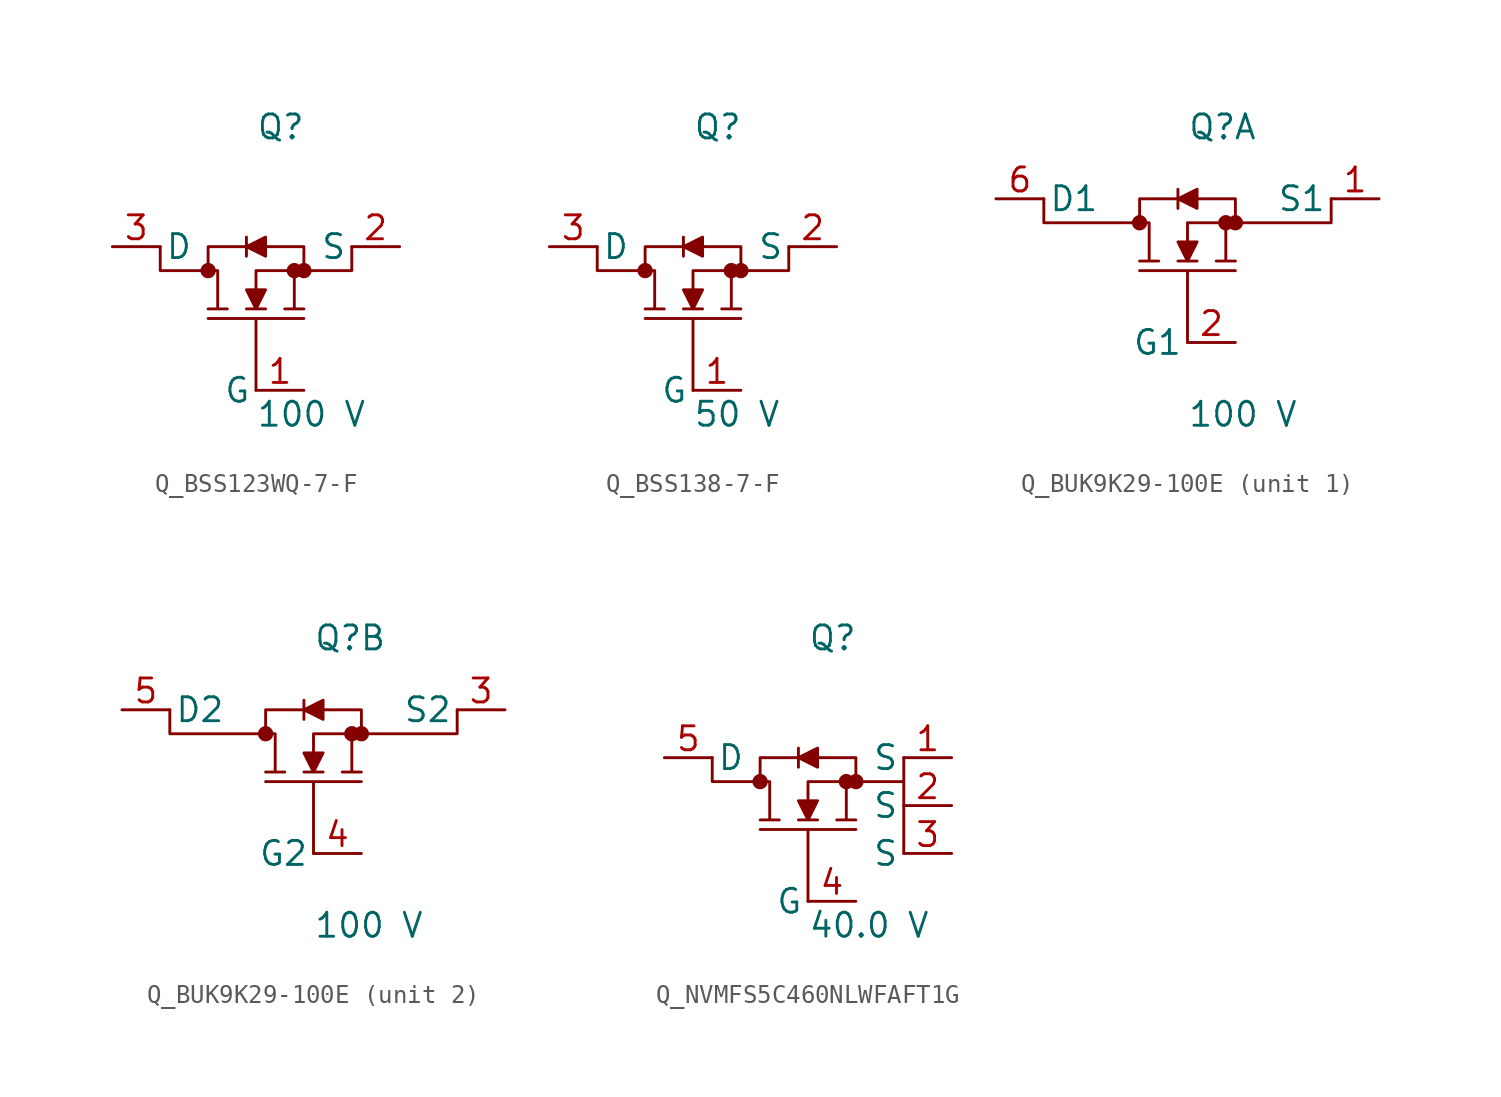
<source format=kicad_sym>
(kicad_symbol_lib
  (version 20231120)
  (generator kicad_symbol_editor)
  (generator_version 8.0)
  (symbol "Q_BSS123WQ-7-F"
    (pin_names
      (offset 0.254))
    (property "Reference" "Q"
      (at 0.0 7.62 0)
      (effects (font (size 1.27 1.27)) (justify left)))
    (property "Value" "100 V"
      (at 0.0 -7.62 0)
      (effects (font (size 1.27 1.27)) (justify left)))
    (symbol "Q_BSS123WQ-7-F_1_0"
      (polyline (pts (xy 0 -6.35) (xy 0 -2.54) (xy -2.54 -2.54) (xy 2.54 -2.54) (xy 0 -2.54) (xy 0 -6.35)) (stroke (width 0) (type default)) (fill (type none)))
      (polyline (pts (xy 5.08 1.27) (xy 5.08 0.0) (xy 2.54 0.0) (xy 2.54 1.27) (xy 0.508 1.27) (xy 0.508 1.778) (xy -0.508 1.27) (xy -0.508 1.778) (xy -0.508 1.27) (xy -2.54 1.27) (xy -2.54 0.0) (xy -5.08 0.0) (xy -5.08 1.27) (xy -5.08 0.0) (xy -2.032 0.0) (xy -2.032 -2.032) (xy -2.54 -2.032) (xy -1.524 -2.032) (xy -2.032 -2.032) (xy -2.032 0.0) (xy -2.54 0.0) (xy -2.54 1.27) (xy -0.508 1.27) (xy -0.508 0.762) (xy -0.508 1.27) (xy 0.508 0.762) (xy 0.508 1.27) (xy 2.54 1.27) (xy 2.54 0.0) (xy 0 0.0) (xy 0 -1.016) (xy -0.508 -1.016) (xy 0 -2.032) (xy -0.508 -2.032) (xy 0.508 -2.032) (xy 0 -2.032) (xy 0.508 -1.016) (xy 0 -1.016) (xy 0 0.0) (xy 2.032 0.0) (xy 2.032 -2.032) (xy 1.524 -2.032) (xy 2.54 -2.032) (xy 2.032 -2.032) (xy 2.032 0.0) (xy 5.08 0.0)) (stroke (width 0) (type default)) (fill (type outline)))
      (circle (center -2.54 0.0) (radius 0.025) (stroke (width 0.381) (type default)) (fill (type none)))
      (circle (center 2.032 0.0) (radius 0.025) (stroke (width 0.381) (type default)) (fill (type none)))
      (circle (center 2.54 0.0) (radius 0.025) (stroke (width 0.381) (type default)) (fill (type none)))
      (pin unspecified line (at 2.54 -6.35 180) (length 2.54) (name "G" (effects (font (size 1.27 1.27)))) (number "1" (effects (font (size 1.27 1.27)))))
      (pin unspecified line (at 7.62 1.27 180) (length 2.54) (name "S" (effects (font (size 1.27 1.27)))) (number "2" (effects (font (size 1.27 1.27)))))
      (pin unspecified line (at -7.62 1.27 0) (length 2.54) (name "D" (effects (font (size 1.27 1.27)))) (number "3" (effects (font (size 1.27 1.27)))))))
  (symbol "Q_BSS138-7-F"
    (pin_names
      (offset 0.254))
    (property "Reference" "Q"
      (at 0.0 7.62 0)
      (effects (font (size 1.27 1.27)) (justify left)))
    (property "Value" "50 V"
      (at 0.0 -7.62 0)
      (effects (font (size 1.27 1.27)) (justify left)))
    (symbol "Q_BSS138-7-F_1_0"
      (polyline (pts (xy 0 -6.35) (xy 0 -2.54) (xy -2.54 -2.54) (xy 2.54 -2.54) (xy 0 -2.54) (xy 0 -6.35)) (stroke (width 0) (type default)) (fill (type none)))
      (polyline (pts (xy 5.08 1.27) (xy 5.08 0.0) (xy 2.54 0.0) (xy 2.54 1.27) (xy 0.508 1.27) (xy 0.508 1.778) (xy -0.508 1.27) (xy -0.508 1.778) (xy -0.508 1.27) (xy -2.54 1.27) (xy -2.54 0.0) (xy -5.08 0.0) (xy -5.08 1.27) (xy -5.08 0.0) (xy -2.032 0.0) (xy -2.032 -2.032) (xy -2.54 -2.032) (xy -1.524 -2.032) (xy -2.032 -2.032) (xy -2.032 0.0) (xy -2.54 0.0) (xy -2.54 1.27) (xy -0.508 1.27) (xy -0.508 0.762) (xy -0.508 1.27) (xy 0.508 0.762) (xy 0.508 1.27) (xy 2.54 1.27) (xy 2.54 0.0) (xy 0 0.0) (xy 0 -1.016) (xy -0.508 -1.016) (xy 0 -2.032) (xy -0.508 -2.032) (xy 0.508 -2.032) (xy 0 -2.032) (xy 0.508 -1.016) (xy 0 -1.016) (xy 0 0.0) (xy 2.032 0.0) (xy 2.032 -2.032) (xy 1.524 -2.032) (xy 2.54 -2.032) (xy 2.032 -2.032) (xy 2.032 0.0) (xy 5.08 0.0)) (stroke (width 0) (type default)) (fill (type outline)))
      (circle (center -2.54 0.0) (radius 0.025) (stroke (width 0.381) (type default)) (fill (type none)))
      (circle (center 2.032 0.0) (radius 0.025) (stroke (width 0.381) (type default)) (fill (type none)))
      (circle (center 2.54 0.0) (radius 0.025) (stroke (width 0.381) (type default)) (fill (type none)))
      (pin unspecified line (at 2.54 -6.35 180) (length 2.54) (name "G" (effects (font (size 1.27 1.27)))) (number "1" (effects (font (size 1.27 1.27)))))
      (pin unspecified line (at 7.62 1.27 180) (length 2.54) (name "S" (effects (font (size 1.27 1.27)))) (number "2" (effects (font (size 1.27 1.27)))))
      (pin unspecified line (at -7.62 1.27 0) (length 2.54) (name "D" (effects (font (size 1.27 1.27)))) (number "3" (effects (font (size 1.27 1.27)))))))
  (symbol "Q_BUK9K29-100E"
    (pin_names
      (offset 0.254))
    (property "Reference" "Q"
      (at 0.0 7.62 0)
      (effects (font (size 1.27 1.27)) (justify left)))
    (property "Value" "100 V"
      (at 0.0 -7.62 0)
      (effects (font (size 1.27 1.27)) (justify left)))
    (symbol "Q_BUK9K29-100E_1_0"
      (polyline (pts (xy 0 -3.81) (xy 0 0.0) (xy -2.54 0.0) (xy 2.54 0.0) (xy 0 0.0) (xy 0 -3.81)) (stroke (width 0) (type default)) (fill (type none)))
      (polyline (pts (xy 7.62 3.81) (xy 7.62 2.54) (xy 2.54 2.54) (xy 2.54 3.81) (xy 0.508 3.81) (xy 0.508 4.318) (xy -0.508 3.81) (xy -0.508 4.318) (xy -0.508 3.81) (xy -2.54 3.81) (xy -2.54 2.54) (xy -7.62 2.54) (xy -7.62 3.81) (xy -7.62 2.54) (xy -2.032 2.54) (xy -2.032 0.508) (xy -2.54 0.508) (xy -1.524 0.508) (xy -2.032 0.508) (xy -2.032 2.54) (xy -2.54 2.54) (xy -2.54 3.81) (xy -0.508 3.81) (xy -0.508 3.302) (xy -0.508 3.81) (xy 0.508 3.302) (xy 0.508 3.81) (xy 2.54 3.81) (xy 2.54 2.54) (xy 0 2.54) (xy 0 1.524) (xy -0.508 1.524) (xy 0 0.508) (xy -0.508 0.508) (xy 0.508 0.508) (xy 0 0.508) (xy 0.508 1.524) (xy 0 1.524) (xy 0 2.54) (xy 2.032 2.54) (xy 2.032 0.508) (xy 1.524 0.508) (xy 2.54 0.508) (xy 2.032 0.508) (xy 2.032 2.54) (xy 7.62 2.54) (xy 7.62 3.81)) (stroke (width 0) (type default)) (fill (type outline)))
      (circle (center -2.54 2.54) (radius 0.025) (stroke (width 0.381) (type default)) (fill (type none)))
      (circle (center 2.032 2.54) (radius 0.025) (stroke (width 0.381) (type default)) (fill (type none)))
      (circle (center 2.54 2.54) (radius 0.025) (stroke (width 0.381) (type default)) (fill (type none)))
      (pin unspecified line (at 10.16 3.81 180) (length 2.54) (name "S1" (effects (font (size 1.27 1.27)))) (number "1" (effects (font (size 1.27 1.27)))))
      (pin unspecified line (at 2.54 -3.81 180) (length 2.54) (name "G1" (effects (font (size 1.27 1.27)))) (number "2" (effects (font (size 1.27 1.27)))))
      (pin unspecified line (at -10.16 3.81 0) (length 2.54) (name "D1" (effects (font (size 1.27 1.27)))) (number "6" (effects (font (size 1.27 1.27))))))
    (symbol "Q_BUK9K29-100E_2_0"
      (polyline (pts (xy 0 -3.81) (xy 0 0.0) (xy -2.54 0.0) (xy 2.54 0.0) (xy 0 0.0) (xy 0 -3.81)) (stroke (width 0) (type default)) (fill (type none)))
      (polyline (pts (xy 7.62 3.81) (xy 7.62 2.54) (xy 2.54 2.54) (xy 2.54 3.81) (xy 0.508 3.81) (xy 0.508 4.318) (xy -0.508 3.81) (xy -0.508 4.318) (xy -0.508 3.81) (xy -2.54 3.81) (xy -2.54 2.54) (xy -7.62 2.54) (xy -7.62 3.81) (xy -7.62 2.54) (xy -2.032 2.54) (xy -2.032 0.508) (xy -2.54 0.508) (xy -1.524 0.508) (xy -2.032 0.508) (xy -2.032 2.54) (xy -2.54 2.54) (xy -2.54 3.81) (xy -0.508 3.81) (xy -0.508 3.302) (xy -0.508 3.81) (xy 0.508 3.302) (xy 0.508 3.81) (xy 2.54 3.81) (xy 2.54 2.54) (xy 0 2.54) (xy 0 1.524) (xy -0.508 1.524) (xy 0 0.508) (xy -0.508 0.508) (xy 0.508 0.508) (xy 0 0.508) (xy 0.508 1.524) (xy 0 1.524) (xy 0 2.54) (xy 2.032 2.54) (xy 2.032 0.508) (xy 1.524 0.508) (xy 2.54 0.508) (xy 2.032 0.508) (xy 2.032 2.54) (xy 7.62 2.54) (xy 7.62 3.81)) (stroke (width 0) (type default)) (fill (type outline)))
      (circle (center -2.54 2.54) (radius 0.025) (stroke (width 0.381) (type default)) (fill (type none)))
      (circle (center 2.032 2.54) (radius 0.025) (stroke (width 0.381) (type default)) (fill (type none)))
      (circle (center 2.54 2.54) (radius 0.025) (stroke (width 0.381) (type default)) (fill (type none)))
      (pin unspecified line (at 10.16 3.81 180) (length 2.54) (name "S2" (effects (font (size 1.27 1.27)))) (number "3" (effects (font (size 1.27 1.27)))))
      (pin unspecified line (at 2.54 -3.81 180) (length 2.54) (name "G2" (effects (font (size 1.27 1.27)))) (number "4" (effects (font (size 1.27 1.27)))))
      (pin unspecified line (at -10.16 3.81 0) (length 2.54) (name "D2" (effects (font (size 1.27 1.27)))) (number "5" (effects (font (size 1.27 1.27)))))))
  (symbol "Q_NVMFS5C460NLWFAFT1G"
    (pin_names
      (offset 0.254))
    (property "Reference" "Q"
      (at 0.0 7.62 0)
      (effects (font (size 1.27 1.27)) (justify left)))
    (property "Value" "40.0 V"
      (at 0.0 -7.62 0)
      (effects (font (size 1.27 1.27)) (justify left)))
    (symbol "Q_NVMFS5C460NLWFAFT1G_1_0"
      (polyline (pts (xy 0 -6.35) (xy 0 -2.54) (xy -2.54 -2.54) (xy 2.54 -2.54) (xy 0 -2.54) (xy 0 -6.35)) (stroke (width 0) (type default)) (fill (type none)))
      (polyline (pts (xy 5.08 1.27) (xy 5.08 0.0) (xy 2.54 0.0) (xy 2.54 1.27) (xy 0.508 1.27) (xy 0.508 1.778) (xy -0.508 1.27) (xy -0.508 1.778) (xy -0.508 1.27) (xy -2.54 1.27) (xy -2.54 0.0) (xy -5.08 0.0) (xy -5.08 1.27) (xy -5.08 0.0) (xy -2.032 0.0) (xy -2.032 -2.032) (xy -2.54 -2.032) (xy -1.524 -2.032) (xy -2.032 -2.032) (xy -2.032 0.0) (xy -2.54 0.0) (xy -2.54 1.27) (xy -0.508 1.27) (xy -0.508 0.762) (xy -0.508 1.27) (xy 0.508 0.762) (xy 0.508 1.27) (xy 2.54 1.27) (xy 2.54 0.0) (xy 0 0.0) (xy 0 -1.016) (xy -0.508 -1.016) (xy 0 -2.032) (xy -0.508 -2.032) (xy 0.508 -2.032) (xy 0 -2.032) (xy 0.508 -1.016) (xy 0 -1.016) (xy 0 0.0) (xy 2.032 0.0) (xy 2.032 -2.032) (xy 1.524 -2.032) (xy 2.54 -2.032) (xy 2.032 -2.032) (xy 2.032 0.0) (xy 5.08 0.0) (xy 5.08 -3.81)) (stroke (width 0) (type default)) (fill (type outline)))
      (circle (center -2.54 0.0) (radius 0.025) (stroke (width 0.381) (type default)) (fill (type none)))
      (circle (center 2.032 0.0) (radius 0.025) (stroke (width 0.381) (type default)) (fill (type none)))
      (circle (center 2.54 0.0) (radius 0.025) (stroke (width 0.381) (type default)) (fill (type none)))
      (pin unspecified line (at -7.62 1.27 0) (length 2.54) (name "D" (effects (font (size 1.27 1.27)))) (number "5" (effects (font (size 1.27 1.27)))))
      (pin unspecified line (at 7.62 1.27 180) (length 2.54) (name "S" (effects (font (size 1.27 1.27)))) (number "1" (effects (font (size 1.27 1.27)))))
      (pin unspecified line (at 7.62 -1.27 180) (length 2.54) (name "S" (effects (font (size 1.27 1.27)))) (number "2" (effects (font (size 1.27 1.27)))))
      (pin unspecified line (at 7.62 -3.81 180) (length 2.54) (name "S" (effects (font (size 1.27 1.27)))) (number "3" (effects (font (size 1.27 1.27)))))
      (pin unspecified line (at 2.54 -6.35 180) (length 2.54) (name "G" (effects (font (size 1.27 1.27)))) (number "4" (effects (font (size 1.27 1.27))))))))
</source>
